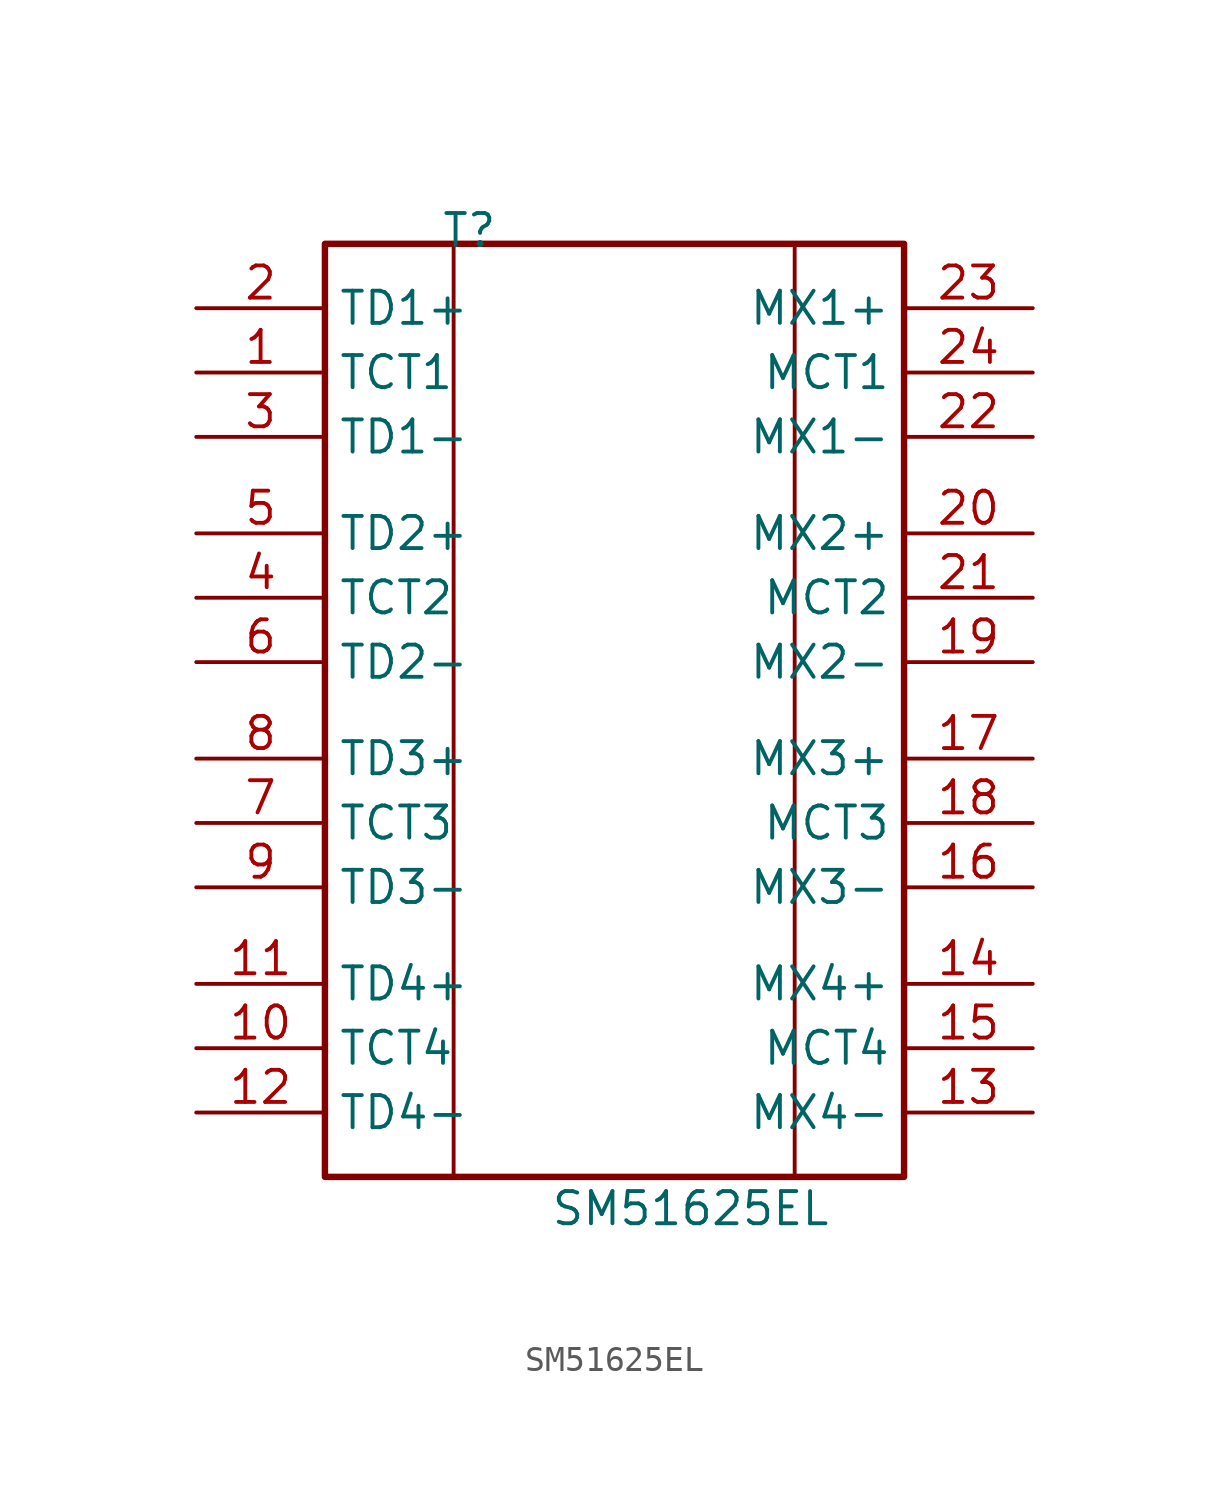
<source format=kicad_sym>
(kicad_symbol_lib
  (version 20241209)
  (generator "kicad_symbol_editor")
  (generator_version "9.0")
  (symbol "SM51625EL"
    (property "Reference" "T"
      (at 9.652 7.62 0)
      (effects (font (size 1.27 1.27)) (justify left top)))
    (property "Value" "SM51625EL"
      (at 13.97 -30.988 0)
      (effects (font (size 1.27 1.27)) (justify left top)))
    (symbol "SM51625EL_1_1"
      (rectangle (start 5.08 6.35) (end 27.94 -30.48) (stroke (width 0.254) (type solid)) (fill (type none)))
      (rectangle (start 10.16 6.35) (end 23.622 -30.48) (stroke (width 0) (type default)) (fill (type none)))
      (pin passive line (at 0 3.81 0) (length 5.08) (name "TD1+" (effects (font (size 1.27 1.27)))) (number "2" (effects (font (size 1.27 1.27)))))
      (pin passive line (at 0 1.27 0) (length 5.08) (name "TCT1" (effects (font (size 1.27 1.27)))) (number "1" (effects (font (size 1.27 1.27)))))
      (pin passive line (at 0 -1.27 0) (length 5.08) (name "TD1-" (effects (font (size 1.27 1.27)))) (number "3" (effects (font (size 1.27 1.27)))))
      (pin passive line (at 0 -5.08 0) (length 5.08) (name "TD2+" (effects (font (size 1.27 1.27)))) (number "5" (effects (font (size 1.27 1.27)))))
      (pin passive line (at 0 -7.62 0) (length 5.08) (name "TCT2" (effects (font (size 1.27 1.27)))) (number "4" (effects (font (size 1.27 1.27)))))
      (pin passive line (at 0 -10.16 0) (length 5.08) (name "TD2-" (effects (font (size 1.27 1.27)))) (number "6" (effects (font (size 1.27 1.27)))))
      (pin passive line (at 0 -13.97 0) (length 5.08) (name "TD3+" (effects (font (size 1.27 1.27)))) (number "8" (effects (font (size 1.27 1.27)))))
      (pin passive line (at 0 -16.51 0) (length 5.08) (name "TCT3" (effects (font (size 1.27 1.27)))) (number "7" (effects (font (size 1.27 1.27)))))
      (pin passive line (at 0 -19.05 0) (length 5.08) (name "TD3-" (effects (font (size 1.27 1.27)))) (number "9" (effects (font (size 1.27 1.27)))))
      (pin passive line (at 0 -22.86 0) (length 5.08) (name "TD4+" (effects (font (size 1.27 1.27)))) (number "11" (effects (font (size 1.27 1.27)))))
      (pin passive line (at 0 -25.4 0) (length 5.08) (name "TCT4" (effects (font (size 1.27 1.27)))) (number "10" (effects (font (size 1.27 1.27)))))
      (pin passive line (at 0 -27.94 0) (length 5.08) (name "TD4-" (effects (font (size 1.27 1.27)))) (number "12" (effects (font (size 1.27 1.27)))))
      (pin passive line (at 33.02 3.81 180) (length 5.08) (name "MX1+" (effects (font (size 1.27 1.27)))) (number "23" (effects (font (size 1.27 1.27)))))
      (pin passive line (at 33.02 1.27 180) (length 5.08) (name "MCT1" (effects (font (size 1.27 1.27)))) (number "24" (effects (font (size 1.27 1.27)))))
      (pin passive line (at 33.02 -1.27 180) (length 5.08) (name "MX1-" (effects (font (size 1.27 1.27)))) (number "22" (effects (font (size 1.27 1.27)))))
      (pin passive line (at 33.02 -5.08 180) (length 5.08) (name "MX2+" (effects (font (size 1.27 1.27)))) (number "20" (effects (font (size 1.27 1.27)))))
      (pin passive line (at 33.02 -7.62 180) (length 5.08) (name "MCT2" (effects (font (size 1.27 1.27)))) (number "21" (effects (font (size 1.27 1.27)))))
      (pin passive line (at 33.02 -10.16 180) (length 5.08) (name "MX2-" (effects (font (size 1.27 1.27)))) (number "19" (effects (font (size 1.27 1.27)))))
      (pin passive line (at 33.02 -13.97 180) (length 5.08) (name "MX3+" (effects (font (size 1.27 1.27)))) (number "17" (effects (font (size 1.27 1.27)))))
      (pin passive line (at 33.02 -16.51 180) (length 5.08) (name "MCT3" (effects (font (size 1.27 1.27)))) (number "18" (effects (font (size 1.27 1.27)))))
      (pin passive line (at 33.02 -19.05 180) (length 5.08) (name "MX3-" (effects (font (size 1.27 1.27)))) (number "16" (effects (font (size 1.27 1.27)))))
      (pin passive line (at 33.02 -22.86 180) (length 5.08) (name "MX4+" (effects (font (size 1.27 1.27)))) (number "14" (effects (font (size 1.27 1.27)))))
      (pin passive line (at 33.02 -25.4 180) (length 5.08) (name "MCT4" (effects (font (size 1.27 1.27)))) (number "15" (effects (font (size 1.27 1.27)))))
      (pin passive line (at 33.02 -27.94 180) (length 5.08) (name "MX4-" (effects (font (size 1.27 1.27)))) (number "13" (effects (font (size 1.27 1.27))))))))
</source>
